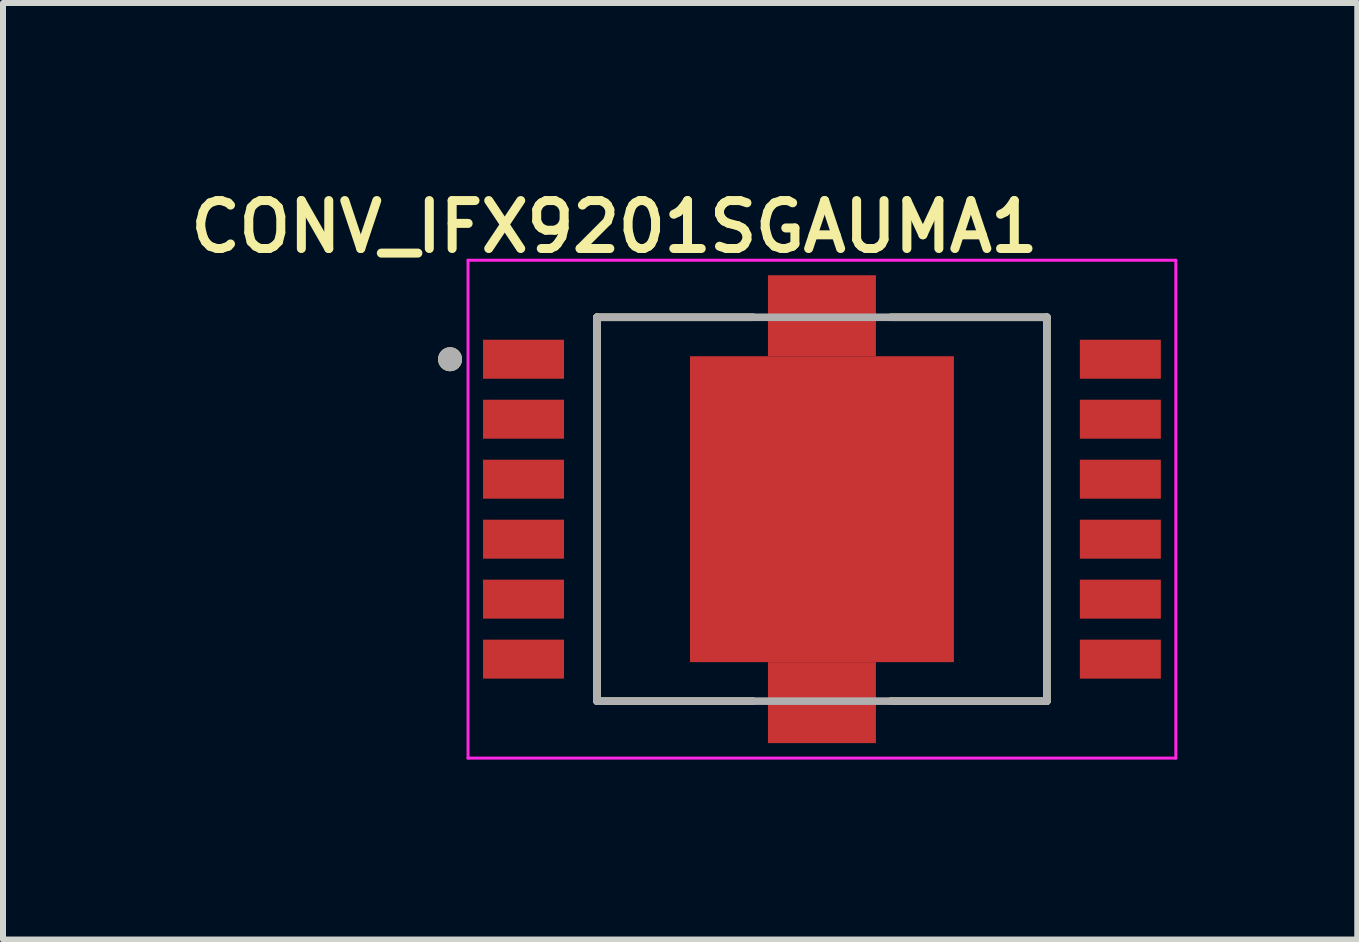
<source format=kicad_pcb>
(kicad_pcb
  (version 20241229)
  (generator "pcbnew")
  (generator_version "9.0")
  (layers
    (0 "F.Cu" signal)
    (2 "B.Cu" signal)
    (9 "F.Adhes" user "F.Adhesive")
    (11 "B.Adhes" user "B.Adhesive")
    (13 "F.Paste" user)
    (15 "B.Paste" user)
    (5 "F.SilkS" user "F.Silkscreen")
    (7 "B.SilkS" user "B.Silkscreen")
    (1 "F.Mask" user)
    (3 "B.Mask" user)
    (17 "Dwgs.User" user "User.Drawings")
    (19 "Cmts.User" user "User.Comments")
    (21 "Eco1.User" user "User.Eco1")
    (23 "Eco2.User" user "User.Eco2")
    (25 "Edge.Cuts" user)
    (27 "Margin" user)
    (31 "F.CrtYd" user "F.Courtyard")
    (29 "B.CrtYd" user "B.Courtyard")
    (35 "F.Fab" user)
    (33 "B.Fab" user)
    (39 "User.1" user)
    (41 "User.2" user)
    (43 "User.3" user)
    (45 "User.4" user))
  (footprint "CONV_IFX9201SGAUMA1"
    (layer "F.Cu")
    (at 10.653 5.439)
    (property "Reference" "CONV_IFX9201SGAUMA1" (at -3.46 -4.708 0) (layer "F.SilkS") (effects (font (size 0.8 0.8) (thickness 0.15))))
    (attr smd)
    (fp_line (start -3.75 -3.2) (end -1.15 -3.2) (stroke (width 0.127) (type solid)) (layer "F.SilkS"))
    (fp_line (start -3.75 3.2) (end -3.75 -3.2) (stroke (width 0.127) (type solid)) (layer "F.SilkS"))
    (fp_line (start -3.75 3.2) (end -1.15 3.2) (stroke (width 0.127) (type solid)) (layer "F.SilkS"))
    (fp_line (start 3.75 -3.2) (end 1.15 -3.2) (stroke (width 0.127) (type solid)) (layer "F.SilkS"))
    (fp_line (start 3.75 -3.2) (end 3.75 3.2) (stroke (width 0.127) (type solid)) (layer "F.SilkS"))
    (fp_line (start 3.75 3.2) (end 1.15 3.2) (stroke (width 0.127) (type solid)) (layer "F.SilkS"))
    (fp_circle (center -6.2 -2.5) (end -6.1 -2.5) (stroke (width 0.2) (type solid)) (fill no) (layer "F.SilkS"))
    (fp_poly (pts (xy -2.275 -2.275) (xy -0.025 -2.275) (xy -0.025 -0.375) (xy -2.275 -0.375)) (stroke (width 0.01) (type solid)) (fill yes) (layer "F.Paste"))
    (fp_poly (pts (xy -2.275 0.375) (xy -0.025 0.375) (xy -0.025 2.275) (xy -2.275 2.275)) (stroke (width 0.01) (type solid)) (fill yes) (layer "F.Paste"))
    (fp_poly (pts (xy -0.475 -4.125) (xy 0.475 -4.125) (xy 0.475 -2.525) (xy -0.475 -2.525)) (stroke (width 0.01) (type solid)) (fill yes) (layer "F.Paste"))
    (fp_poly (pts (xy -0.475 2.525) (xy 0.475 2.525) (xy 0.475 4.125) (xy -0.475 4.125)) (stroke (width 0.01) (type solid)) (fill yes) (layer "F.Paste"))
    (fp_poly (pts (xy 0.025 -2.275) (xy 2.275 -2.275) (xy 2.275 -0.375) (xy 0.025 -0.375)) (stroke (width 0.01) (type solid)) (fill yes) (layer "F.Paste"))
    (fp_poly (pts (xy 0.025 0.375) (xy 2.275 0.375) (xy 2.275 2.275) (xy 0.025 2.275)) (stroke (width 0.01) (type solid)) (fill yes) (layer "F.Paste"))
    (fp_line (start -5.9 -4.15) (end 5.9 -4.15) (stroke (width 0.05) (type solid)) (layer "F.CrtYd"))
    (fp_line (start -5.9 4.15) (end -5.9 -4.15) (stroke (width 0.05) (type solid)) (layer "F.CrtYd"))
    (fp_line (start 5.9 -4.15) (end 5.9 4.15) (stroke (width 0.05) (type solid)) (layer "F.CrtYd"))
    (fp_line (start 5.9 4.15) (end -5.9 4.15) (stroke (width 0.05) (type solid)) (layer "F.CrtYd"))
    (fp_line (start -3.75 -3.2) (end 3.75 -3.2) (stroke (width 0.127) (type solid)) (layer "F.Fab"))
    (fp_line (start -3.75 3.2) (end -3.75 -3.2) (stroke (width 0.127) (type solid)) (layer "F.Fab"))
    (fp_line (start 3.75 -3.2) (end 3.75 3.2) (stroke (width 0.127) (type solid)) (layer "F.Fab"))
    (fp_line (start 3.75 3.2) (end -3.75 3.2) (stroke (width 0.127) (type solid)) (layer "F.Fab"))
    (fp_circle (center -6.2 -2.5) (end -6.1 -2.5) (stroke (width 0.2) (type solid)) (fill no) (layer "F.Fab"))
    (pad "1" smd rect (at -4.975 -2.5) (size 1.35 0.65) (layers "F.Cu" "F.Mask" "F.Paste"))
    (pad "2" smd rect (at -4.975 -1.5) (size 1.35 0.65) (layers "F.Cu" "F.Mask" "F.Paste"))
    (pad "3" smd rect (at -4.975 -0.5) (size 1.35 0.65) (layers "F.Cu" "F.Mask" "F.Paste"))
    (pad "4" smd rect (at -4.975 0.5) (size 1.35 0.65) (layers "F.Cu" "F.Mask" "F.Paste"))
    (pad "5" smd rect (at -4.975 1.5) (size 1.35 0.65) (layers "F.Cu" "F.Mask" "F.Paste"))
    (pad "6" smd rect (at -4.975 2.5) (size 1.35 0.65) (layers "F.Cu" "F.Mask" "F.Paste"))
    (pad "7" smd rect (at 4.975 2.5 180) (size 1.35 0.65) (layers "F.Cu" "F.Mask" "F.Paste"))
    (pad "8" smd rect (at 4.975 1.5 180) (size 1.35 0.65) (layers "F.Cu" "F.Mask" "F.Paste"))
    (pad "9" smd rect (at 4.975 0.5 180) (size 1.35 0.65) (layers "F.Cu" "F.Mask" "F.Paste"))
    (pad "10" smd rect (at 4.975 -0.5 180) (size 1.35 0.65) (layers "F.Cu" "F.Mask" "F.Paste"))
    (pad "11" smd rect (at 4.975 -1.5 180) (size 1.35 0.65) (layers "F.Cu" "F.Mask" "F.Paste"))
    (pad "12" smd rect (at 4.975 -2.5 180) (size 1.35 0.65) (layers "F.Cu" "F.Mask" "F.Paste"))
    (pad "13" smd rect (at 0 0 180) (size 4.4 5.1) (layers "F.Cu" "F.Mask"))
    (pad "13.1" smd rect (at 0 -3.225 90) (size 1.35 1.8) (layers "F.Cu" "F.Mask"))
    (pad "13.2" smd rect (at 0 3.225 90) (size 1.35 1.8) (layers "F.Cu" "F.Mask")))
  (gr_rect
    (start -3 -3)
    (end 19.578 12.614)
    (stroke (width 0.1) (type default))
    (fill no)
    (layer "Edge.Cuts")))
</source>
